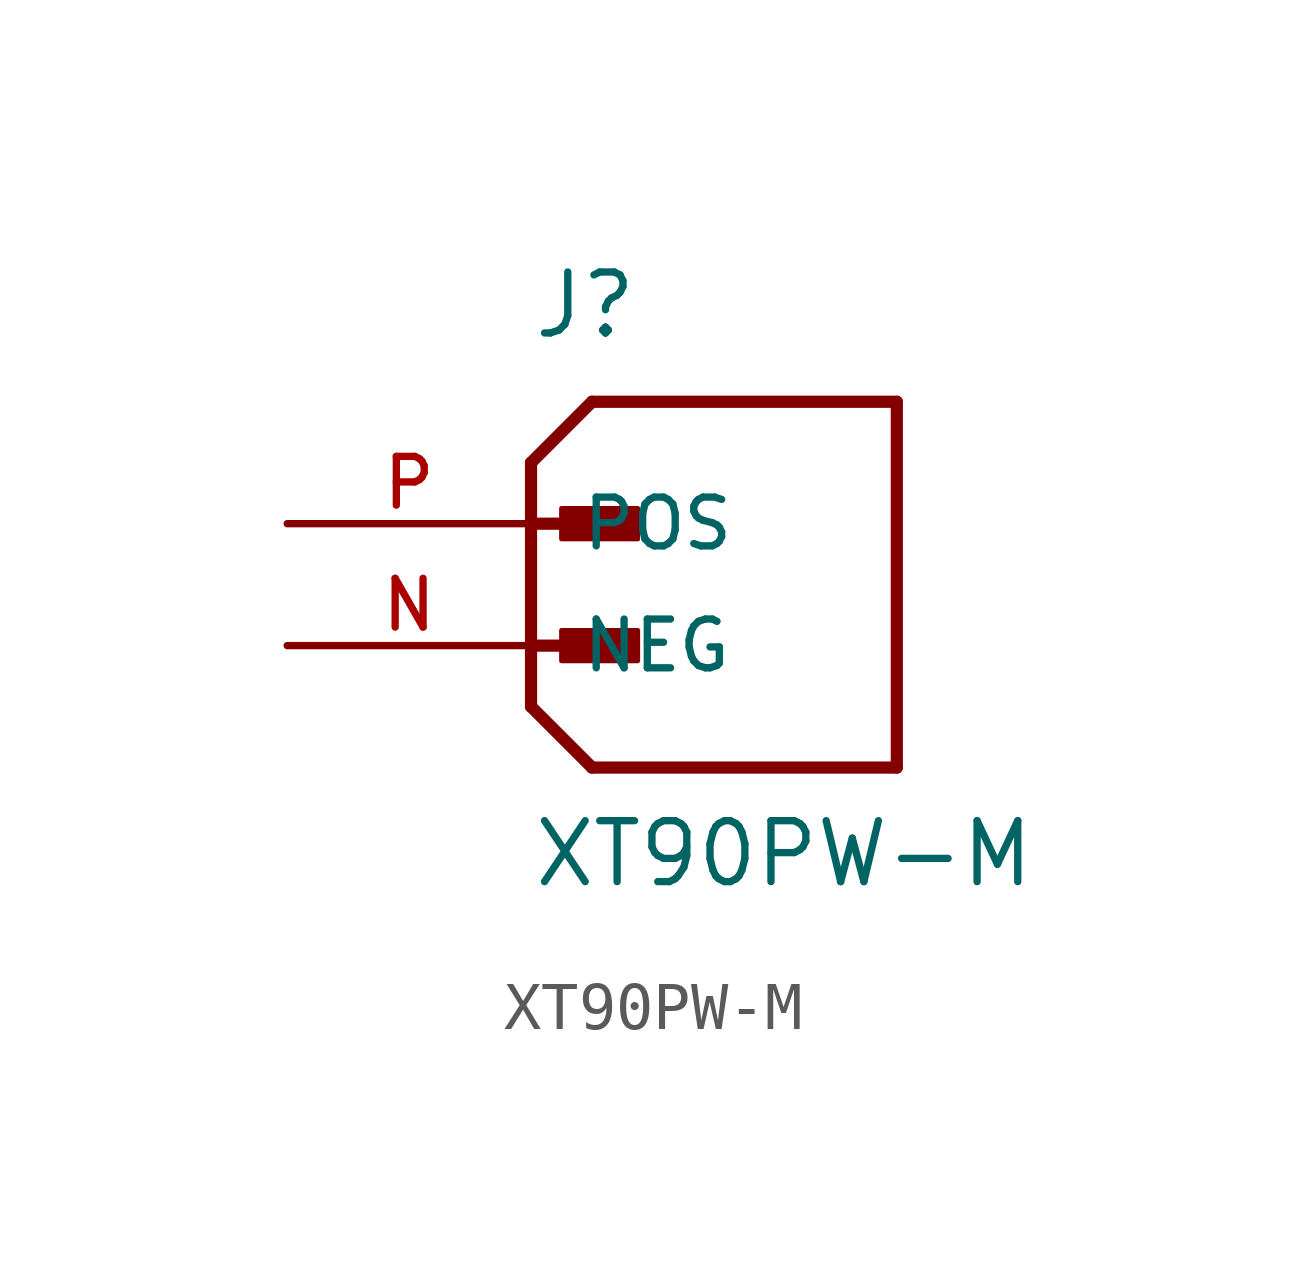
<source format=kicad_sym>
(kicad_symbol_lib
  (version 20241209)
  (generator "kicad_symbol_editor")
  (generator_version "9.0")
  (symbol "XT90PW-M"
    (pin_names
      (offset 1.016))
    (property "Reference" "J"
      (at 0 3.81 0)
      (effects (font (size 1.27 1.27)) (justify left bottom)))
    (property "Value" "XT90PW-M"
      (at 0 -7.62 0)
      (effects (font (size 1.27 1.27)) (justify left bottom)))
    (symbol "XT90PW-M_0_0"
      (polyline (pts (xy 0 1.27) (xy 0 0)) (stroke (width 0.254) (type default)) (fill (type none)))
      (polyline (pts (xy 0 1.27) (xy 1.27 2.54)) (stroke (width 0.254) (type default)) (fill (type none)))
      (polyline (pts (xy 0 0) (xy 0 -3.81)) (stroke (width 0.254) (type default)) (fill (type none)))
      (polyline (pts (xy 0 0) (xy 1.905 0)) (stroke (width 0.254) (type default)) (fill (type none)))
      (polyline (pts (xy 0 -2.54) (xy 1.905 -2.54)) (stroke (width 0.254) (type default)) (fill (type none)))
      (polyline (pts (xy 0 -3.81) (xy 1.27 -5.08)) (stroke (width 0.254) (type default)) (fill (type none)))
      (rectangle (start 0.635 -0.318) (end 2.223 0.318) (stroke (width 0.1) (type default)) (fill (type outline)))
      (rectangle (start 0.635 -2.857) (end 2.223 -2.223) (stroke (width 0.1) (type default)) (fill (type outline)))
      (polyline (pts (xy 1.27 -5.08) (xy 7.62 -5.08)) (stroke (width 0.254) (type default)) (fill (type none)))
      (polyline (pts (xy 7.62 2.54) (xy 1.27 2.54)) (stroke (width 0.254) (type default)) (fill (type none)))
      (polyline (pts (xy 7.62 -5.08) (xy 7.62 2.54)) (stroke (width 0.254) (type default)) (fill (type none)))
      (pin passive line (at -5.08 0 0) (length 5.08) (name "POS" (effects (font (size 1.016 1.016)))) (number "P" (effects (font (size 1.016 1.016)))))
      (pin passive line (at -5.08 -2.54 0) (length 5.08) (name "NEG" (effects (font (size 1.016 1.016)))) (number "N" (effects (font (size 1.016 1.016))))))))
</source>
